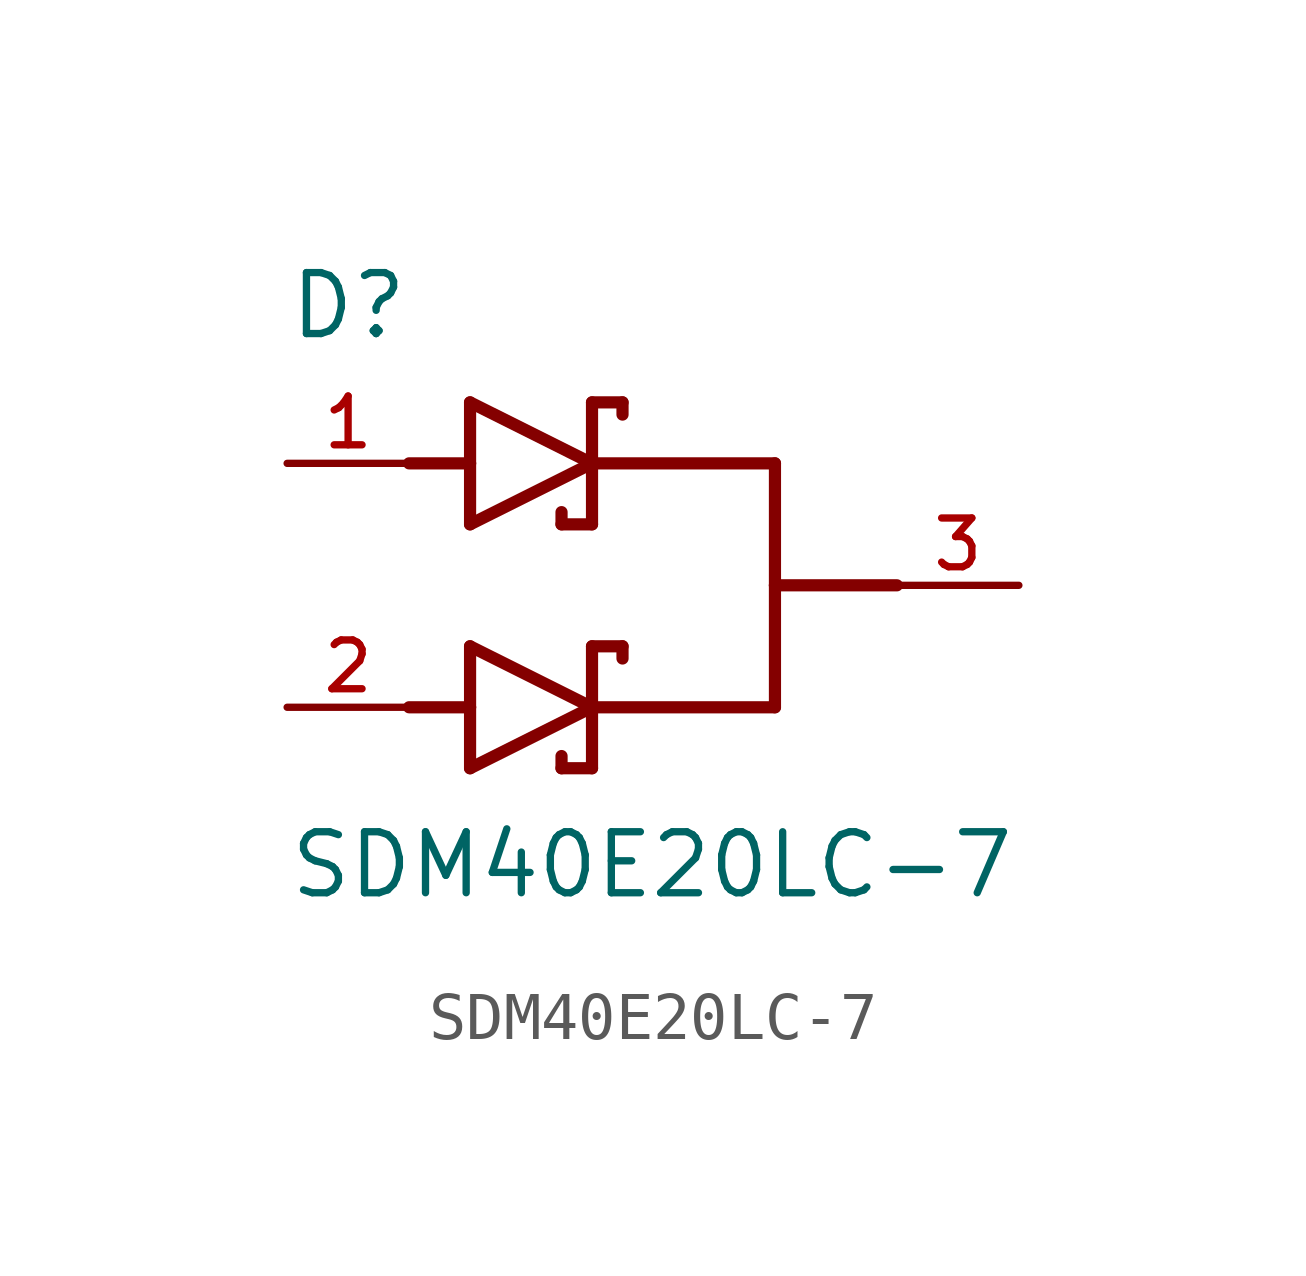
<source format=kicad_sym>
(kicad_symbol_lib
  (version 20211014)
  (generator kicad_symbol_editor)
  (symbol "SDM40E20LC-7"
    (pin_names
      (offset 1.016))
    (property "Reference" "D"
      (at -7.62 5.08 0)
      (effects (font (size 1.27 1.27)) (justify bottom left)))
    (property "Value" "SDM40E20LC-7"
      (at -7.62 -5.08 0)
      (effects (font (size 1.27 1.27)) (justify top left)))
    (symbol "SDM40E20LC-7_0_0"
      (polyline (pts (xy -3.81 1.27) (xy -1.27 2.54)) (stroke (width 0.254)))
      (polyline (pts (xy -1.27 2.54) (xy -3.81 3.81)) (stroke (width 0.254)))
      (polyline (pts (xy -0.635 3.81) (xy -1.27 3.81)) (stroke (width 0.254)))
      (polyline (pts (xy -1.27 3.81) (xy -1.27 2.54)) (stroke (width 0.254)))
      (polyline (pts (xy -3.81 3.81) (xy -3.81 2.54)) (stroke (width 0.254)))
      (polyline (pts (xy -3.81 2.54) (xy -3.81 1.27)) (stroke (width 0.254)))
      (polyline (pts (xy -1.27 2.54) (xy -1.27 1.27)) (stroke (width 0.254)))
      (polyline (pts (xy -0.635 3.81) (xy -0.635 3.556)) (stroke (width 0.254)))
      (polyline (pts (xy -1.27 1.27) (xy -1.905 1.27)) (stroke (width 0.254)))
      (polyline (pts (xy -1.905 1.524) (xy -1.905 1.27)) (stroke (width 0.254)))
      (polyline (pts (xy -5.08 2.54) (xy -3.81 2.54)) (stroke (width 0.254)))
      (polyline (pts (xy -3.81 -3.81) (xy -1.27 -2.54)) (stroke (width 0.254)))
      (polyline (pts (xy -1.27 -2.54) (xy -3.81 -1.27)) (stroke (width 0.254)))
      (polyline (pts (xy -0.635 -1.27) (xy -1.27 -1.27)) (stroke (width 0.254)))
      (polyline (pts (xy -1.27 -1.27) (xy -1.27 -2.54)) (stroke (width 0.254)))
      (polyline (pts (xy -3.81 -1.27) (xy -3.81 -2.54)) (stroke (width 0.254)))
      (polyline (pts (xy -3.81 -2.54) (xy -3.81 -3.81)) (stroke (width 0.254)))
      (polyline (pts (xy -1.27 -2.54) (xy -1.27 -3.81)) (stroke (width 0.254)))
      (polyline (pts (xy -0.635 -1.27) (xy -0.635 -1.524)) (stroke (width 0.254)))
      (polyline (pts (xy -1.27 -3.81) (xy -1.905 -3.81)) (stroke (width 0.254)))
      (polyline (pts (xy -1.905 -3.556) (xy -1.905 -3.81)) (stroke (width 0.254)))
      (polyline (pts (xy -5.08 -2.54) (xy -3.81 -2.54)) (stroke (width 0.254)))
      (polyline (pts (xy -1.27 2.54) (xy 2.54 2.54)) (stroke (width 0.254)))
      (polyline (pts (xy 2.54 2.54) (xy 2.54 0.0)) (stroke (width 0.254)))
      (polyline (pts (xy 5.08 0.0) (xy 2.54 0.0)) (stroke (width 0.254)))
      (polyline (pts (xy 2.54 0.0) (xy 2.54 -2.54)) (stroke (width 0.254)))
      (polyline (pts (xy 2.54 -2.54) (xy -1.27 -2.54)) (stroke (width 0.254)))
      (pin passive line (at 7.62 0.0 180.0) (length 2.54) (name "~" (effects (font (size 1.016 1.016)))) (number "3" (effects (font (size 1.016 1.016)))))
      (pin passive line (at -7.62 2.54 0) (length 2.54) (name "~" (effects (font (size 1.016 1.016)))) (number "1" (effects (font (size 1.016 1.016)))))
      (pin passive line (at -7.62 -2.54 0) (length 2.54) (name "~" (effects (font (size 1.016 1.016)))) (number "2" (effects (font (size 1.016 1.016))))))))
</source>
